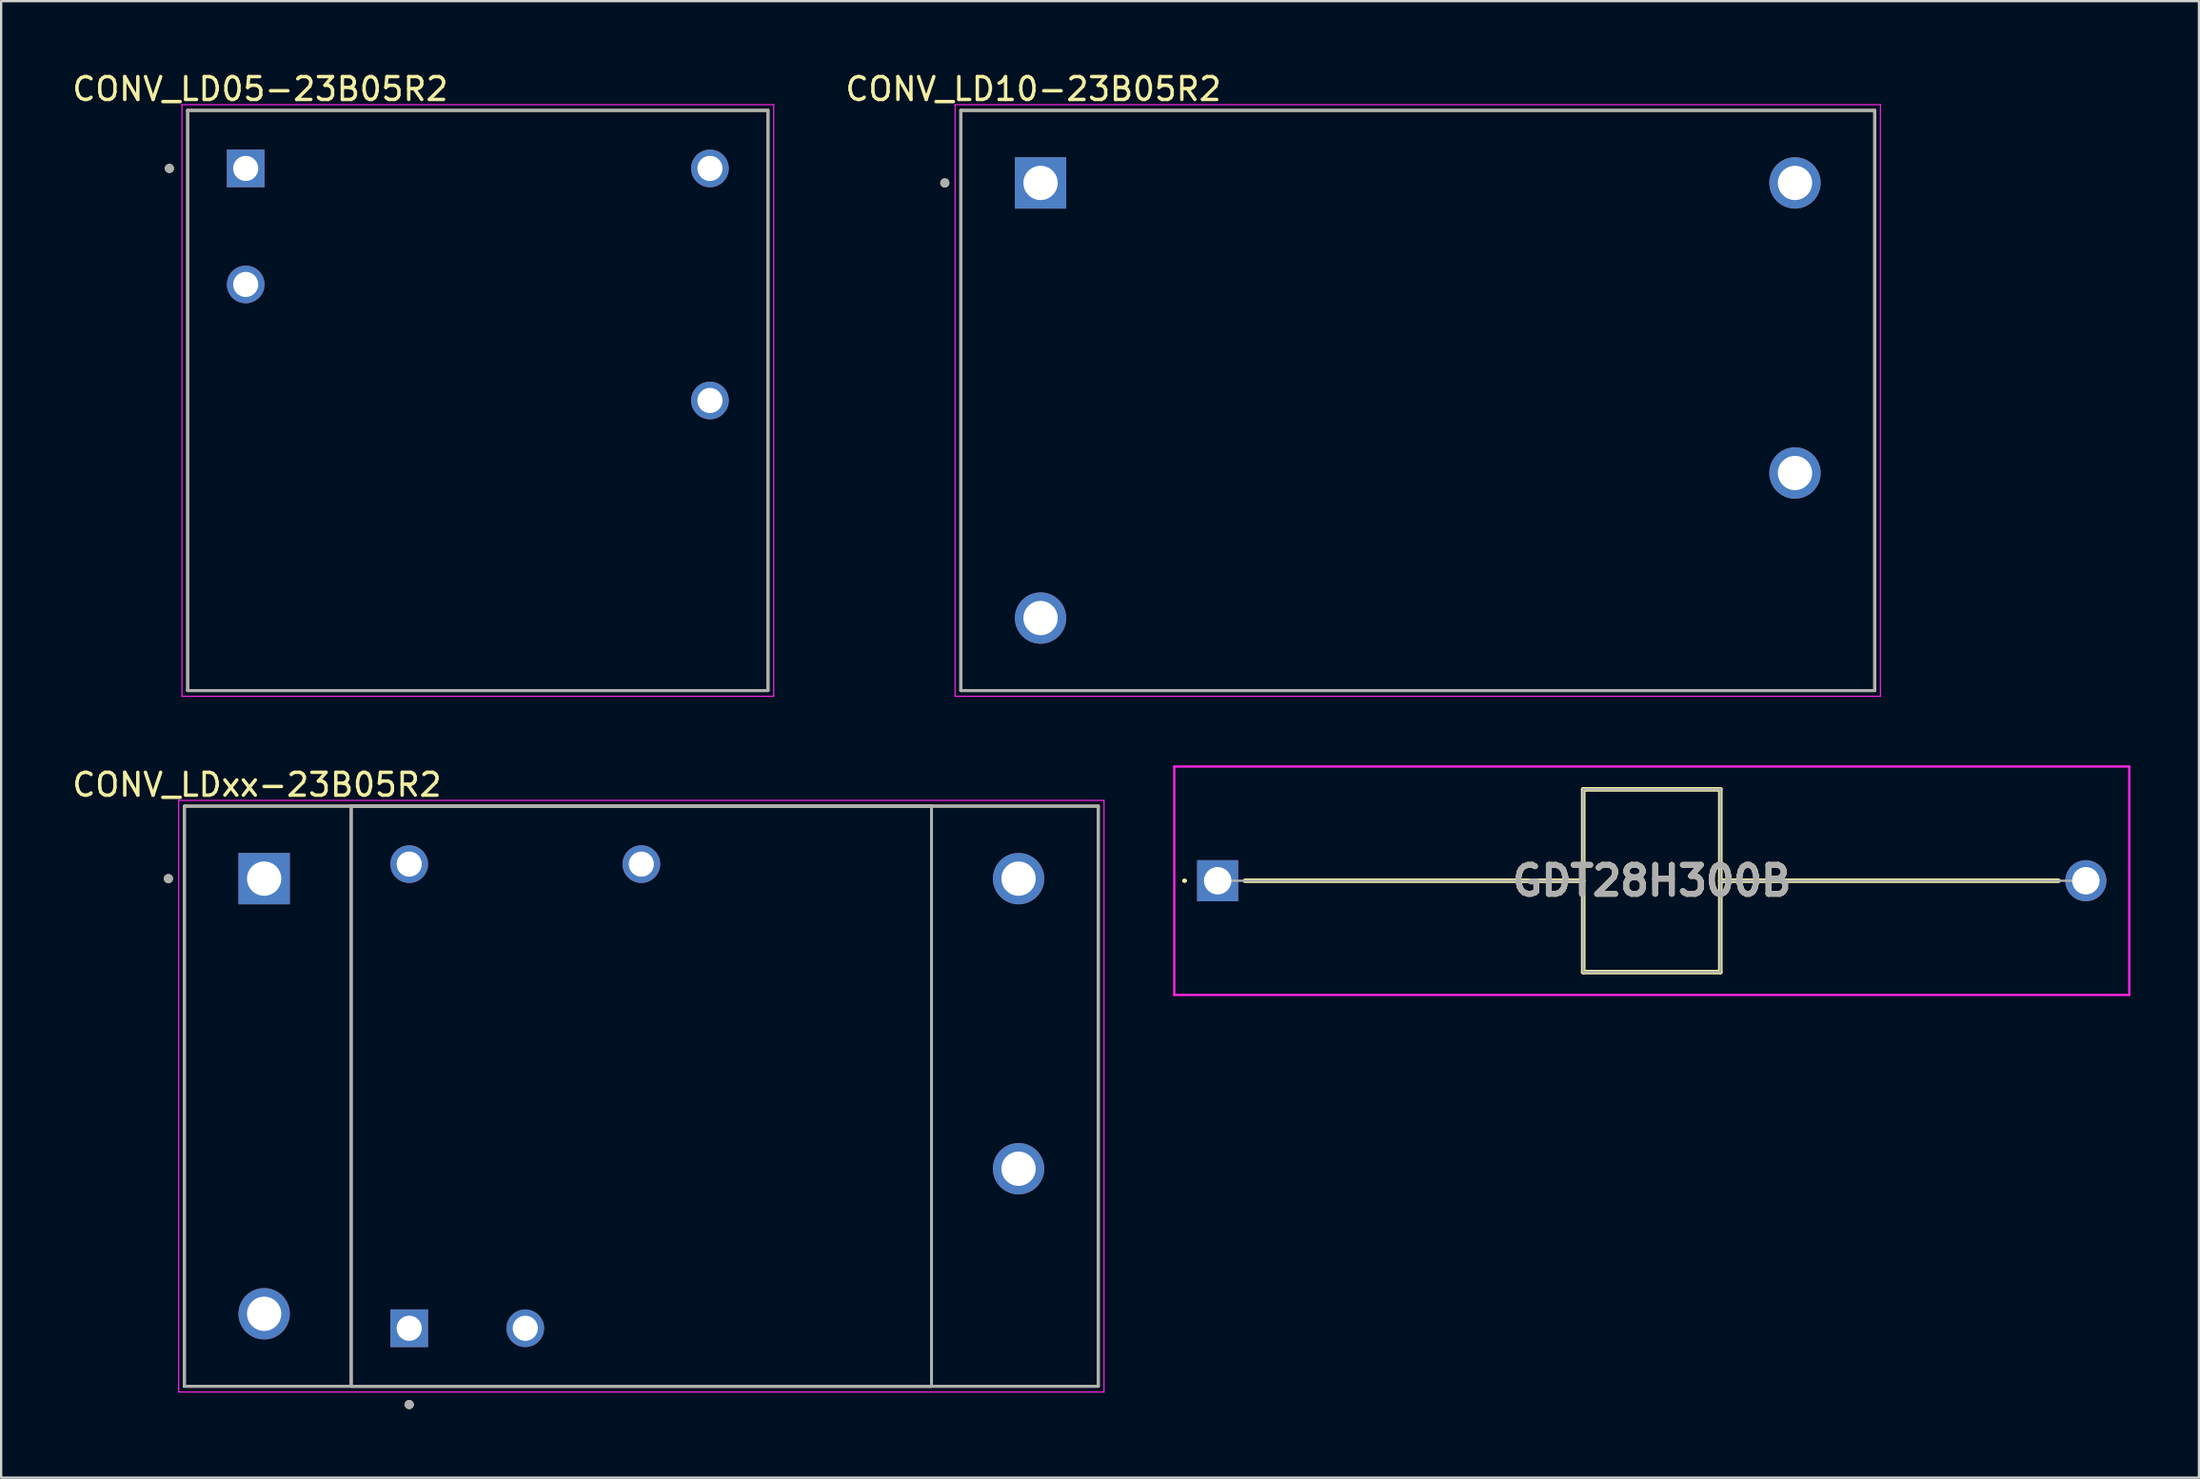
<source format=kicad_pcb>
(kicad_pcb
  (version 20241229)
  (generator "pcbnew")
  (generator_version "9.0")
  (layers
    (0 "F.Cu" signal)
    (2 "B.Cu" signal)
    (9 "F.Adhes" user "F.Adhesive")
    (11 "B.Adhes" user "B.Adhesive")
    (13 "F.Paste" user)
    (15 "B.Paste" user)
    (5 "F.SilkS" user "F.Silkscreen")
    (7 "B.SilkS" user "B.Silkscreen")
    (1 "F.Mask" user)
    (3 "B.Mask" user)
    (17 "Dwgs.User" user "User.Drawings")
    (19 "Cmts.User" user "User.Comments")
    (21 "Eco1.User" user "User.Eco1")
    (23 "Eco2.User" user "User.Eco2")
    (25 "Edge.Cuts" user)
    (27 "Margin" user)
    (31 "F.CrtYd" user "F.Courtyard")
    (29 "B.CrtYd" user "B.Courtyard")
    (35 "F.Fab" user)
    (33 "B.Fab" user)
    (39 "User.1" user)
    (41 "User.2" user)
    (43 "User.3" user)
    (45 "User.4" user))
  (footprint "CONV_LD10-23B05R2"
    (layer "F.Cu")
    (at 59.004 14.483)
    (property "Reference" "CONV_LD10-23B05R2" (at -16.825 -13.635 0) (layer "F.SilkS") (effects (font (size 1 1) (thickness 0.15))))
    (attr through_hole)
    (fp_line (start -20 -12.7) (end 20 -12.7) (stroke (width 0.127) (type solid)) (layer "F.SilkS"))
    (fp_line (start -20 12.7) (end -20 -12.7) (stroke (width 0.127) (type solid)) (layer "F.SilkS"))
    (fp_line (start 20 -12.7) (end 20 12.7) (stroke (width 0.127) (type solid)) (layer "F.SilkS"))
    (fp_line (start 20 12.7) (end -20 12.7) (stroke (width 0.127) (type solid)) (layer "F.SilkS"))
    (fp_circle (center -20.7 -9.525) (end -20.6 -9.525) (stroke (width 0.2) (type solid)) (fill no) (layer "F.SilkS"))
    (fp_line (start -20.25 -12.95) (end 20.25 -12.95) (stroke (width 0.05) (type solid)) (layer "F.CrtYd"))
    (fp_line (start -20.25 12.95) (end -20.25 -12.95) (stroke (width 0.05) (type solid)) (layer "F.CrtYd"))
    (fp_line (start 20.25 -12.95) (end 20.25 12.95) (stroke (width 0.05) (type solid)) (layer "F.CrtYd"))
    (fp_line (start 20.25 12.95) (end -20.25 12.95) (stroke (width 0.05) (type solid)) (layer "F.CrtYd"))
    (fp_line (start -20 -12.7) (end -20 12.7) (stroke (width 0.127) (type solid)) (layer "F.Fab"))
    (fp_line (start -20 -12.7) (end 20 -12.7) (stroke (width 0.127) (type solid)) (layer "F.Fab"))
    (fp_line (start -20 12.7) (end 20 12.7) (stroke (width 0.127) (type solid)) (layer "F.Fab"))
    (fp_line (start 20 12.7) (end 20 -12.7) (stroke (width 0.127) (type solid)) (layer "F.Fab"))
    (fp_circle (center -20.7 -9.525) (end -20.6 -9.525) (stroke (width 0.2) (type solid)) (fill no) (layer "F.Fab"))
    (pad "1" thru_hole rect (at -16.51 -9.525) (size 2.25 2.25) (drill 1.5) (layers "*.Cu" "*.Mask"))
    (pad "2" thru_hole circle (at -16.51 9.525) (size 2.25 2.25) (drill 1.5) (layers "*.Cu" "*.Mask"))
    (pad "4" thru_hole circle (at 16.51 3.175) (size 2.25 2.25) (drill 1.5) (layers "*.Cu" "*.Mask"))
    (pad "6" thru_hole circle (at 16.51 -9.525) (size 2.25 2.25) (drill 1.5) (layers "*.Cu" "*.Mask")))
  (footprint "CONV_LD05-23B05R2"
    (layer "F.Cu")
    (at 17.864 14.483)
    (property "Reference" "CONV_LD05-23B05R2" (at -9.525 -13.635 0) (layer "F.SilkS") (effects (font (size 1 1) (thickness 0.15))))
    (attr through_hole)
    (fp_line (start -12.7 -12.7) (end 12.7 -12.7) (stroke (width 0.127) (type solid)) (layer "F.SilkS"))
    (fp_line (start -12.7 12.7) (end -12.7 -12.7) (stroke (width 0.127) (type solid)) (layer "F.SilkS"))
    (fp_line (start 12.7 -12.7) (end 12.7 12.7) (stroke (width 0.127) (type solid)) (layer "F.SilkS"))
    (fp_line (start 12.7 12.7) (end -12.7 12.7) (stroke (width 0.127) (type solid)) (layer "F.SilkS"))
    (fp_circle (center -13.5 -10.16) (end -13.4 -10.16) (stroke (width 0.2) (type solid)) (fill no) (layer "F.SilkS"))
    (fp_line (start -12.95 -12.95) (end 12.95 -12.95) (stroke (width 0.05) (type solid)) (layer "F.CrtYd"))
    (fp_line (start -12.95 12.95) (end -12.95 -12.95) (stroke (width 0.05) (type solid)) (layer "F.CrtYd"))
    (fp_line (start 12.95 -12.95) (end 12.95 12.95) (stroke (width 0.05) (type solid)) (layer "F.CrtYd"))
    (fp_line (start 12.95 12.95) (end -12.95 12.95) (stroke (width 0.05) (type solid)) (layer "F.CrtYd"))
    (fp_line (start -12.7 -12.7) (end -12.7 12.7) (stroke (width 0.127) (type solid)) (layer "F.Fab"))
    (fp_line (start -12.7 -12.7) (end 12.7 -12.7) (stroke (width 0.127) (type solid)) (layer "F.Fab"))
    (fp_line (start -12.7 12.7) (end 12.7 12.7) (stroke (width 0.127) (type solid)) (layer "F.Fab"))
    (fp_line (start 12.7 12.7) (end 12.7 -12.7) (stroke (width 0.127) (type solid)) (layer "F.Fab"))
    (fp_circle (center -13.5 -10.16) (end -13.4 -10.16) (stroke (width 0.2) (type solid)) (fill no) (layer "F.Fab"))
    (pad "1" thru_hole rect (at -10.16 -10.16) (size 1.65 1.65) (drill 1.1) (layers "*.Cu" "*.Mask"))
    (pad "2" thru_hole circle (at -10.16 -5.08) (size 1.65 1.65) (drill 1.1) (layers "*.Cu" "*.Mask"))
    (pad "4" thru_hole circle (at 10.16 0) (size 1.65 1.65) (drill 1.1) (layers "*.Cu" "*.Mask"))
    (pad "5" thru_hole circle (at 10.16 -10.16) (size 1.65 1.65) (drill 1.1) (layers "*.Cu" "*.Mask")))
  (footprint "CONV_LDxx-23B05R2"
    (layer "F.Cu")
    (at 25.021 44.941)
    (property "Reference" "CONV_LDxx-23B05R2" (at -16.825 -13.635 0) (layer "F.SilkS") (effects (font (size 1 1) (thickness 0.15))))
    (attr through_hole)
    (fp_line (start -20 -12.7) (end 20 -12.7) (stroke (width 0.127) (type solid)) (layer "F.SilkS"))
    (fp_line (start -20 12.7) (end -20 -12.7) (stroke (width 0.127) (type solid)) (layer "F.SilkS"))
    (fp_line (start -12.7 -12.7) (end 12.7 -12.7) (stroke (width 0.127) (type solid)) (layer "F.SilkS"))
    (fp_line (start -12.7 12.7) (end -12.7 -12.7) (stroke (width 0.127) (type solid)) (layer "F.SilkS"))
    (fp_line (start 12.7 -12.7) (end 12.7 12.7) (stroke (width 0.127) (type solid)) (layer "F.SilkS"))
    (fp_line (start 12.7 12.7) (end -12.7 12.7) (stroke (width 0.127) (type solid)) (layer "F.SilkS"))
    (fp_line (start 20 -12.7) (end 20 12.7) (stroke (width 0.127) (type solid)) (layer "F.SilkS"))
    (fp_line (start 20 12.7) (end -20 12.7) (stroke (width 0.127) (type solid)) (layer "F.SilkS"))
    (fp_circle (center -20.7 -9.525) (end -20.6 -9.525) (stroke (width 0.2) (type solid)) (fill no) (layer "F.SilkS"))
    (fp_circle (center -10.16 13.5) (end -10.16 13.4) (stroke (width 0.2) (type solid)) (fill no) (layer "F.SilkS"))
    (fp_line (start -20.25 -12.95) (end 20.25 -12.95) (stroke (width 0.05) (type solid)) (layer "F.CrtYd"))
    (fp_line (start -20.25 12.95) (end -20.25 -12.95) (stroke (width 0.05) (type solid)) (layer "F.CrtYd"))
    (fp_line (start 20.25 -12.95) (end 20.25 12.95) (stroke (width 0.05) (type solid)) (layer "F.CrtYd"))
    (fp_line (start 20.25 12.95) (end -20.25 12.95) (stroke (width 0.05) (type solid)) (layer "F.CrtYd"))
    (fp_line (start -20 -12.7) (end -20 12.7) (stroke (width 0.127) (type solid)) (layer "F.Fab"))
    (fp_line (start -20 -12.7) (end 20 -12.7) (stroke (width 0.127) (type solid)) (layer "F.Fab"))
    (fp_line (start -20 12.7) (end 20 12.7) (stroke (width 0.127) (type solid)) (layer "F.Fab"))
    (fp_line (start -12.7 12.7) (end -12.7 -12.7) (stroke (width 0.127) (type solid)) (layer "F.Fab"))
    (fp_line (start -12.7 12.7) (end 12.7 12.7) (stroke (width 0.127) (type solid)) (layer "F.Fab"))
    (fp_line (start 12.7 -12.7) (end -12.7 -12.7) (stroke (width 0.127) (type solid)) (layer "F.Fab"))
    (fp_line (start 12.7 12.7) (end 12.7 -12.7) (stroke (width 0.127) (type solid)) (layer "F.Fab"))
    (fp_line (start 20 12.7) (end 20 -12.7) (stroke (width 0.127) (type solid)) (layer "F.Fab"))
    (fp_circle (center -20.7 -9.525) (end -20.6 -9.525) (stroke (width 0.2) (type solid)) (fill no) (layer "F.Fab"))
    (fp_circle (center -10.16 13.5) (end -10.16 13.4) (stroke (width 0.2) (type solid)) (fill no) (layer "F.Fab"))
    (pad "1" thru_hole rect (at -16.51 -9.525) (size 2.25 2.25) (drill 1.5) (layers "*.Cu" "*.Mask"))
    (pad "1" thru_hole circle (at -5.08 10.16 90) (size 1.65 1.65) (drill 1.1) (layers "*.Cu" "*.Mask"))
    (pad "2" thru_hole circle (at -16.51 9.525) (size 2.25 2.25) (drill 1.5) (layers "*.Cu" "*.Mask"))
    (pad "2" thru_hole rect (at -10.16 10.16 90) (size 1.65 1.65) (drill 1.1) (layers "*.Cu" "*.Mask"))
    (pad "4" thru_hole circle (at -10.16 -10.16 90) (size 1.65 1.65) (drill 1.1) (layers "*.Cu" "*.Mask"))
    (pad "4" thru_hole circle (at 16.51 3.175) (size 2.25 2.25) (drill 1.5) (layers "*.Cu" "*.Mask"))
    (pad "6" thru_hole circle (at 0 -10.16 90) (size 1.65 1.65) (drill 1.1) (layers "*.Cu" "*.Mask"))
    (pad "6" thru_hole circle (at 16.51 -9.525) (size 2.25 2.25) (drill 1.5) (layers "*.Cu" "*.Mask")))
  (footprint "GDT28H300B"
    (layer "F.Cu")
    (at 50.246 35.508)
    (property "Reference" "GDT28H300B" (at 19 0 0) (layer "F.SilkS") (effects (font (size 1.27 1.27) (thickness 0.254))))
    (attr through_hole)
    (fp_line (start -1.5 0) (end -1.5 0) (stroke (width 0.1) (type solid)) (layer "F.SilkS"))
    (fp_line (start -1.4 0) (end -1.4 0) (stroke (width 0.1) (type solid)) (layer "F.SilkS"))
    (fp_line (start 1.2 0) (end 16 0) (stroke (width 0.2) (type solid)) (layer "F.SilkS"))
    (fp_line (start 16 -4) (end 16 4) (stroke (width 0.2) (type solid)) (layer "F.SilkS"))
    (fp_line (start 16 4) (end 22 4) (stroke (width 0.2) (type solid)) (layer "F.SilkS"))
    (fp_line (start 22 -4) (end 16 -4) (stroke (width 0.2) (type solid)) (layer "F.SilkS"))
    (fp_line (start 22 0) (end 36.8 0) (stroke (width 0.2) (type solid)) (layer "F.SilkS"))
    (fp_line (start 22 4) (end 22 -4) (stroke (width 0.2) (type solid)) (layer "F.SilkS"))
    (fp_arc (start -1.5 0) (mid -1.45 -0.05) (end -1.4 0) (stroke (width 0.1) (type solid)) (layer "F.SilkS"))
    (fp_arc (start -1.4 0) (mid -1.45 0.05) (end -1.5 0) (stroke (width 0.1) (type solid)) (layer "F.SilkS"))
    (fp_line (start -1.9 -5) (end 39.9 -5) (stroke (width 0.1) (type solid)) (layer "F.CrtYd"))
    (fp_line (start -1.9 5) (end -1.9 -5) (stroke (width 0.1) (type solid)) (layer "F.CrtYd"))
    (fp_line (start 39.9 -5) (end 39.9 5) (stroke (width 0.1) (type solid)) (layer "F.CrtYd"))
    (fp_line (start 39.9 5) (end -1.9 5) (stroke (width 0.1) (type solid)) (layer "F.CrtYd"))
    (fp_line (start 0 0) (end 16 0) (stroke (width 0.1) (type solid)) (layer "F.Fab"))
    (fp_line (start 16 -4) (end 16 4) (stroke (width 0.1) (type solid)) (layer "F.Fab"))
    (fp_line (start 16 4) (end 22 4) (stroke (width 0.1) (type solid)) (layer "F.Fab"))
    (fp_line (start 22 -4) (end 16 -4) (stroke (width 0.1) (type solid)) (layer "F.Fab"))
    (fp_line (start 22 0) (end 38 0) (stroke (width 0.1) (type solid)) (layer "F.Fab"))
    (fp_line (start 22 4) (end 22 -4) (stroke (width 0.1) (type solid)) (layer "F.Fab"))
    (fp_text user "${REFERENCE}" (at 19 0 0) (layer "F.Fab") (effects (font (size 1.27 1.27) (thickness 0.254))))
    (pad "1" thru_hole rect (at 0 0) (size 1.8 1.8) (drill 1.2) (layers "*.Cu" "*.Mask"))
    (pad "2" thru_hole circle (at 38 0) (size 1.8 1.8) (drill 1.2) (layers "*.Cu" "*.Mask")))
  (gr_rect
    (start -3 -3)
    (end 93.196 61.642)
    (stroke (width 0.1) (type default))
    (fill no)
    (layer "Edge.Cuts")))
</source>
